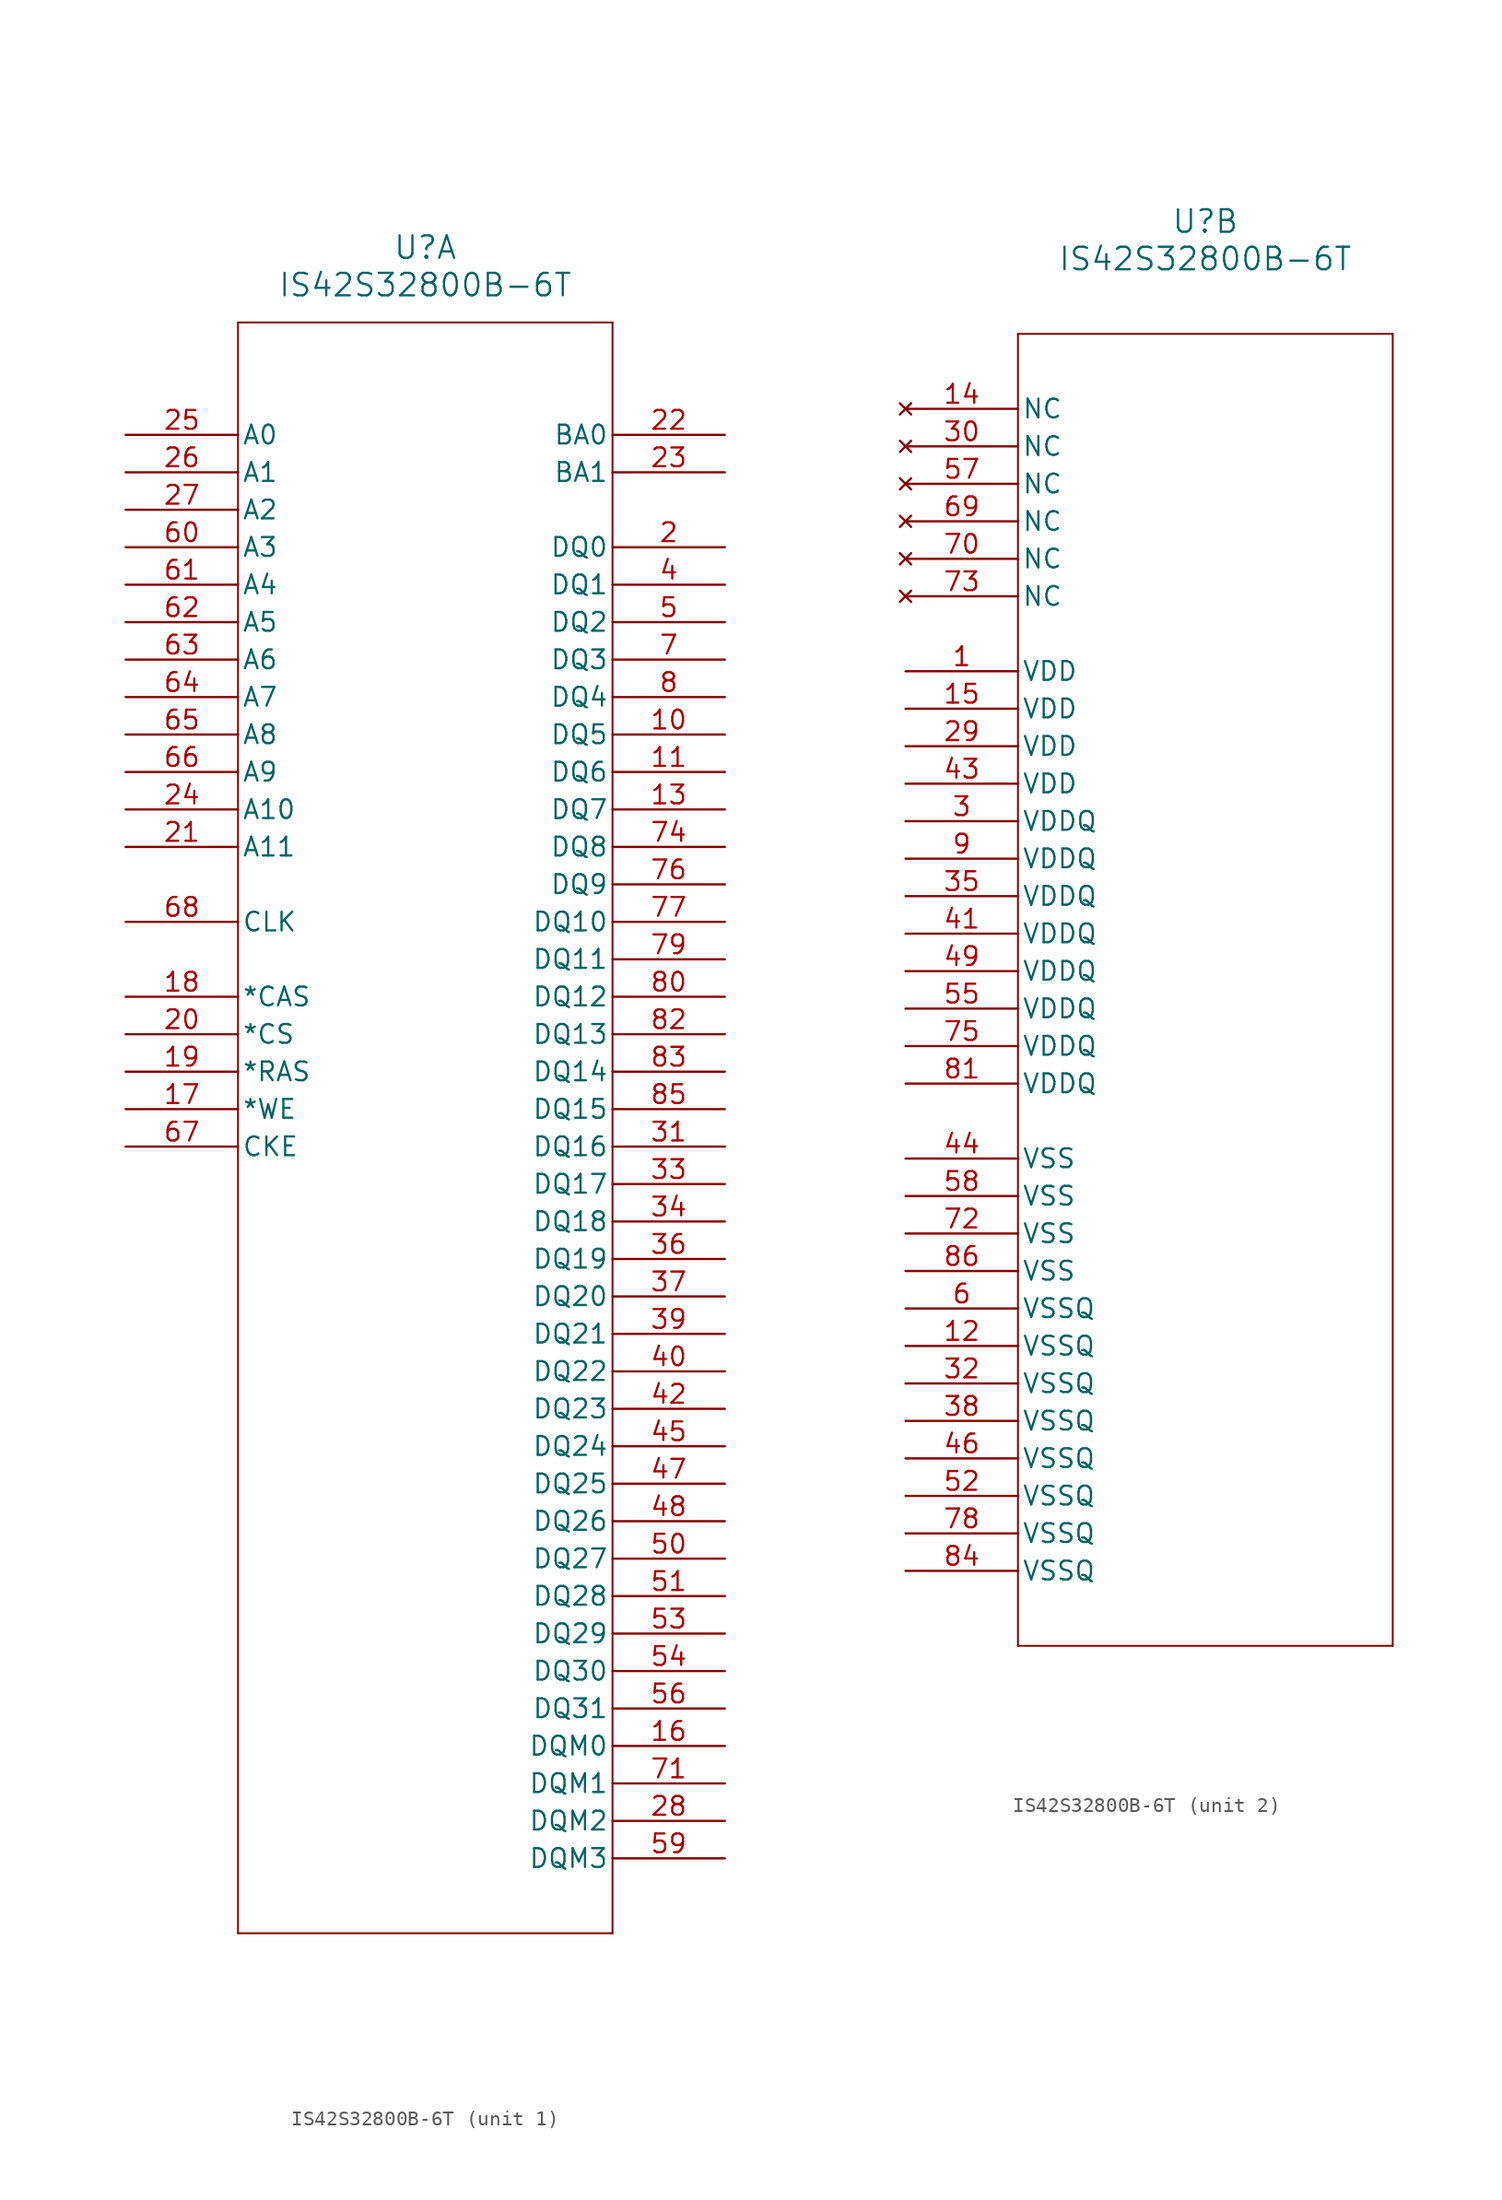
<source format=kicad_sym>
(kicad_symbol_lib
  (version 20211014)
  (generator kicad_symbol_editor)
  (symbol "IS42S32800B-6T"
    (pin_names
      (offset 0.254))
    (property "Reference" "U"
      (at 20.32 12.7 0)
      (effects (font (size 1.524 1.524))))
    (property "Value" "IS42S32800B-6T"
      (at 20.32 10.16 0)
      (effects (font (size 1.524 1.524))))
    (symbol "IS42S32800B-6T_1_1"
      (polyline (pts (xy 7.62 7.62) (xy 7.62 -101.6)) (stroke (width 0.127) (type default) (color 0 0 0 0)) (fill (type none)))
      (polyline (pts (xy 7.62 -101.6) (xy 33.02 -101.6)) (stroke (width 0.127) (type default) (color 0 0 0 0)) (fill (type none)))
      (polyline (pts (xy 33.02 -101.6) (xy 33.02 7.62)) (stroke (width 0.127) (type default) (color 0 0 0 0)) (fill (type none)))
      (polyline (pts (xy 33.02 7.62) (xy 7.62 7.62)) (stroke (width 0.127) (type default) (color 0 0 0 0)) (fill (type none)))
      (pin bidirectional line (at 40.64 -7.62 180) (length 7.62) (name "DQ0" (effects (font (size 1.27 1.27)))) (number "2" (effects (font (size 1.27 1.27)))))
      (pin bidirectional line (at 40.64 -10.16 180) (length 7.62) (name "DQ1" (effects (font (size 1.27 1.27)))) (number "4" (effects (font (size 1.27 1.27)))))
      (pin bidirectional line (at 40.64 -12.7 180) (length 7.62) (name "DQ2" (effects (font (size 1.27 1.27)))) (number "5" (effects (font (size 1.27 1.27)))))
      (pin bidirectional line (at 40.64 -15.24 180) (length 7.62) (name "DQ3" (effects (font (size 1.27 1.27)))) (number "7" (effects (font (size 1.27 1.27)))))
      (pin bidirectional line (at 40.64 -17.78 180) (length 7.62) (name "DQ4" (effects (font (size 1.27 1.27)))) (number "8" (effects (font (size 1.27 1.27)))))
      (pin bidirectional line (at 40.64 -20.32 180) (length 7.62) (name "DQ5" (effects (font (size 1.27 1.27)))) (number "10" (effects (font (size 1.27 1.27)))))
      (pin bidirectional line (at 40.64 -22.86 180) (length 7.62) (name "DQ6" (effects (font (size 1.27 1.27)))) (number "11" (effects (font (size 1.27 1.27)))))
      (pin bidirectional line (at 40.64 -25.4 180) (length 7.62) (name "DQ7" (effects (font (size 1.27 1.27)))) (number "13" (effects (font (size 1.27 1.27)))))
      (pin bidirectional line (at 40.64 -88.9 180) (length 7.62) (name "DQM0" (effects (font (size 1.27 1.27)))) (number "16" (effects (font (size 1.27 1.27)))))
      (pin unspecified line (at 0 -45.72 0) (length 7.62) (name "*WE" (effects (font (size 1.27 1.27)))) (number "17" (effects (font (size 1.27 1.27)))))
      (pin unspecified line (at 0 -38.1 0) (length 7.62) (name "*CAS" (effects (font (size 1.27 1.27)))) (number "18" (effects (font (size 1.27 1.27)))))
      (pin unspecified line (at 0 -43.18 0) (length 7.62) (name "*RAS" (effects (font (size 1.27 1.27)))) (number "19" (effects (font (size 1.27 1.27)))))
      (pin unspecified line (at 0 -40.64 0) (length 7.62) (name "*CS" (effects (font (size 1.27 1.27)))) (number "20" (effects (font (size 1.27 1.27)))))
      (pin input line (at 0 -27.94 0) (length 7.62) (name "A11" (effects (font (size 1.27 1.27)))) (number "21" (effects (font (size 1.27 1.27)))))
      (pin unspecified line (at 40.64 0 180) (length 7.62) (name "BA0" (effects (font (size 1.27 1.27)))) (number "22" (effects (font (size 1.27 1.27)))))
      (pin unspecified line (at 40.64 -2.54 180) (length 7.62) (name "BA1" (effects (font (size 1.27 1.27)))) (number "23" (effects (font (size 1.27 1.27)))))
      (pin input line (at 0 -25.4 0) (length 7.62) (name "A10" (effects (font (size 1.27 1.27)))) (number "24" (effects (font (size 1.27 1.27)))))
      (pin input line (at 0 0 0) (length 7.62) (name "A0" (effects (font (size 1.27 1.27)))) (number "25" (effects (font (size 1.27 1.27)))))
      (pin input line (at 0 -2.54 0) (length 7.62) (name "A1" (effects (font (size 1.27 1.27)))) (number "26" (effects (font (size 1.27 1.27)))))
      (pin input line (at 0 -5.08 0) (length 7.62) (name "A2" (effects (font (size 1.27 1.27)))) (number "27" (effects (font (size 1.27 1.27)))))
      (pin bidirectional line (at 40.64 -93.98 180) (length 7.62) (name "DQM2" (effects (font (size 1.27 1.27)))) (number "28" (effects (font (size 1.27 1.27)))))
      (pin bidirectional line (at 40.64 -48.26 180) (length 7.62) (name "DQ16" (effects (font (size 1.27 1.27)))) (number "31" (effects (font (size 1.27 1.27)))))
      (pin bidirectional line (at 40.64 -50.8 180) (length 7.62) (name "DQ17" (effects (font (size 1.27 1.27)))) (number "33" (effects (font (size 1.27 1.27)))))
      (pin bidirectional line (at 40.64 -53.34 180) (length 7.62) (name "DQ18" (effects (font (size 1.27 1.27)))) (number "34" (effects (font (size 1.27 1.27)))))
      (pin bidirectional line (at 40.64 -55.88 180) (length 7.62) (name "DQ19" (effects (font (size 1.27 1.27)))) (number "36" (effects (font (size 1.27 1.27)))))
      (pin bidirectional line (at 40.64 -58.42 180) (length 7.62) (name "DQ20" (effects (font (size 1.27 1.27)))) (number "37" (effects (font (size 1.27 1.27)))))
      (pin bidirectional line (at 40.64 -60.96 180) (length 7.62) (name "DQ21" (effects (font (size 1.27 1.27)))) (number "39" (effects (font (size 1.27 1.27)))))
      (pin bidirectional line (at 40.64 -63.5 180) (length 7.62) (name "DQ22" (effects (font (size 1.27 1.27)))) (number "40" (effects (font (size 1.27 1.27)))))
      (pin bidirectional line (at 40.64 -66.04 180) (length 7.62) (name "DQ23" (effects (font (size 1.27 1.27)))) (number "42" (effects (font (size 1.27 1.27)))))
      (pin bidirectional line (at 40.64 -68.58 180) (length 7.62) (name "DQ24" (effects (font (size 1.27 1.27)))) (number "45" (effects (font (size 1.27 1.27)))))
      (pin bidirectional line (at 40.64 -71.12 180) (length 7.62) (name "DQ25" (effects (font (size 1.27 1.27)))) (number "47" (effects (font (size 1.27 1.27)))))
      (pin bidirectional line (at 40.64 -73.66 180) (length 7.62) (name "DQ26" (effects (font (size 1.27 1.27)))) (number "48" (effects (font (size 1.27 1.27)))))
      (pin bidirectional line (at 40.64 -76.2 180) (length 7.62) (name "DQ27" (effects (font (size 1.27 1.27)))) (number "50" (effects (font (size 1.27 1.27)))))
      (pin bidirectional line (at 40.64 -78.74 180) (length 7.62) (name "DQ28" (effects (font (size 1.27 1.27)))) (number "51" (effects (font (size 1.27 1.27)))))
      (pin bidirectional line (at 40.64 -81.28 180) (length 7.62) (name "DQ29" (effects (font (size 1.27 1.27)))) (number "53" (effects (font (size 1.27 1.27)))))
      (pin bidirectional line (at 40.64 -83.82 180) (length 7.62) (name "DQ30" (effects (font (size 1.27 1.27)))) (number "54" (effects (font (size 1.27 1.27)))))
      (pin bidirectional line (at 40.64 -86.36 180) (length 7.62) (name "DQ31" (effects (font (size 1.27 1.27)))) (number "56" (effects (font (size 1.27 1.27)))))
      (pin bidirectional line (at 40.64 -96.52 180) (length 7.62) (name "DQM3" (effects (font (size 1.27 1.27)))) (number "59" (effects (font (size 1.27 1.27)))))
      (pin input line (at 0 -7.62 0) (length 7.62) (name "A3" (effects (font (size 1.27 1.27)))) (number "60" (effects (font (size 1.27 1.27)))))
      (pin input line (at 0 -10.16 0) (length 7.62) (name "A4" (effects (font (size 1.27 1.27)))) (number "61" (effects (font (size 1.27 1.27)))))
      (pin input line (at 0 -12.7 0) (length 7.62) (name "A5" (effects (font (size 1.27 1.27)))) (number "62" (effects (font (size 1.27 1.27)))))
      (pin input line (at 0 -15.24 0) (length 7.62) (name "A6" (effects (font (size 1.27 1.27)))) (number "63" (effects (font (size 1.27 1.27)))))
      (pin input line (at 0 -17.78 0) (length 7.62) (name "A7" (effects (font (size 1.27 1.27)))) (number "64" (effects (font (size 1.27 1.27)))))
      (pin input line (at 0 -20.32 0) (length 7.62) (name "A8" (effects (font (size 1.27 1.27)))) (number "65" (effects (font (size 1.27 1.27)))))
      (pin input line (at 0 -22.86 0) (length 7.62) (name "A9" (effects (font (size 1.27 1.27)))) (number "66" (effects (font (size 1.27 1.27)))))
      (pin unspecified line (at 0 -48.26 0) (length 7.62) (name "CKE" (effects (font (size 1.27 1.27)))) (number "67" (effects (font (size 1.27 1.27)))))
      (pin input line (at 0 -33.02 0) (length 7.62) (name "CLK" (effects (font (size 1.27 1.27)))) (number "68" (effects (font (size 1.27 1.27)))))
      (pin bidirectional line (at 40.64 -91.44 180) (length 7.62) (name "DQM1" (effects (font (size 1.27 1.27)))) (number "71" (effects (font (size 1.27 1.27)))))
      (pin bidirectional line (at 40.64 -27.94 180) (length 7.62) (name "DQ8" (effects (font (size 1.27 1.27)))) (number "74" (effects (font (size 1.27 1.27)))))
      (pin bidirectional line (at 40.64 -30.48 180) (length 7.62) (name "DQ9" (effects (font (size 1.27 1.27)))) (number "76" (effects (font (size 1.27 1.27)))))
      (pin bidirectional line (at 40.64 -33.02 180) (length 7.62) (name "DQ10" (effects (font (size 1.27 1.27)))) (number "77" (effects (font (size 1.27 1.27)))))
      (pin bidirectional line (at 40.64 -35.56 180) (length 7.62) (name "DQ11" (effects (font (size 1.27 1.27)))) (number "79" (effects (font (size 1.27 1.27)))))
      (pin bidirectional line (at 40.64 -38.1 180) (length 7.62) (name "DQ12" (effects (font (size 1.27 1.27)))) (number "80" (effects (font (size 1.27 1.27)))))
      (pin bidirectional line (at 40.64 -40.64 180) (length 7.62) (name "DQ13" (effects (font (size 1.27 1.27)))) (number "82" (effects (font (size 1.27 1.27)))))
      (pin bidirectional line (at 40.64 -43.18 180) (length 7.62) (name "DQ14" (effects (font (size 1.27 1.27)))) (number "83" (effects (font (size 1.27 1.27)))))
      (pin bidirectional line (at 40.64 -45.72 180) (length 7.62) (name "DQ15" (effects (font (size 1.27 1.27)))) (number "85" (effects (font (size 1.27 1.27))))))
    (symbol "IS42S32800B-6T_2_1"
      (polyline (pts (xy 7.62 5.08) (xy 7.62 -83.82)) (stroke (width 0.127) (type default) (color 0 0 0 0)) (fill (type none)))
      (polyline (pts (xy 7.62 -83.82) (xy 33.02 -83.82)) (stroke (width 0.127) (type default) (color 0 0 0 0)) (fill (type none)))
      (polyline (pts (xy 33.02 -83.82) (xy 33.02 5.08)) (stroke (width 0.127) (type default) (color 0 0 0 0)) (fill (type none)))
      (polyline (pts (xy 33.02 5.08) (xy 7.62 5.08)) (stroke (width 0.127) (type default) (color 0 0 0 0)) (fill (type none)))
      (pin power_in line (at 0 -17.78 0) (length 7.62) (name "VDD" (effects (font (size 1.27 1.27)))) (number "1" (effects (font (size 1.27 1.27)))))
      (pin power_in line (at 0 -27.94 0) (length 7.62) (name "VDDQ" (effects (font (size 1.27 1.27)))) (number "3" (effects (font (size 1.27 1.27)))))
      (pin power_in line (at 0 -60.96 0) (length 7.62) (name "VSSQ" (effects (font (size 1.27 1.27)))) (number "6" (effects (font (size 1.27 1.27)))))
      (pin power_in line (at 0 -30.48 0) (length 7.62) (name "VDDQ" (effects (font (size 1.27 1.27)))) (number "9" (effects (font (size 1.27 1.27)))))
      (pin power_in line (at 0 -63.5 0) (length 7.62) (name "VSSQ" (effects (font (size 1.27 1.27)))) (number "12" (effects (font (size 1.27 1.27)))))
      (pin no_connect line (at 0 0 0) (length 7.62) (name "NC" (effects (font (size 1.27 1.27)))) (number "14" (effects (font (size 1.27 1.27)))))
      (pin power_in line (at 0 -20.32 0) (length 7.62) (name "VDD" (effects (font (size 1.27 1.27)))) (number "15" (effects (font (size 1.27 1.27)))))
      (pin power_in line (at 0 -22.86 0) (length 7.62) (name "VDD" (effects (font (size 1.27 1.27)))) (number "29" (effects (font (size 1.27 1.27)))))
      (pin no_connect line (at 0 -2.54 0) (length 7.62) (name "NC" (effects (font (size 1.27 1.27)))) (number "30" (effects (font (size 1.27 1.27)))))
      (pin power_in line (at 0 -66.04 0) (length 7.62) (name "VSSQ" (effects (font (size 1.27 1.27)))) (number "32" (effects (font (size 1.27 1.27)))))
      (pin power_in line (at 0 -33.02 0) (length 7.62) (name "VDDQ" (effects (font (size 1.27 1.27)))) (number "35" (effects (font (size 1.27 1.27)))))
      (pin power_in line (at 0 -68.58 0) (length 7.62) (name "VSSQ" (effects (font (size 1.27 1.27)))) (number "38" (effects (font (size 1.27 1.27)))))
      (pin power_in line (at 0 -35.56 0) (length 7.62) (name "VDDQ" (effects (font (size 1.27 1.27)))) (number "41" (effects (font (size 1.27 1.27)))))
      (pin power_in line (at 0 -25.4 0) (length 7.62) (name "VDD" (effects (font (size 1.27 1.27)))) (number "43" (effects (font (size 1.27 1.27)))))
      (pin power_in line (at 0 -50.8 0) (length 7.62) (name "VSS" (effects (font (size 1.27 1.27)))) (number "44" (effects (font (size 1.27 1.27)))))
      (pin power_in line (at 0 -71.12 0) (length 7.62) (name "VSSQ" (effects (font (size 1.27 1.27)))) (number "46" (effects (font (size 1.27 1.27)))))
      (pin power_in line (at 0 -38.1 0) (length 7.62) (name "VDDQ" (effects (font (size 1.27 1.27)))) (number "49" (effects (font (size 1.27 1.27)))))
      (pin power_in line (at 0 -73.66 0) (length 7.62) (name "VSSQ" (effects (font (size 1.27 1.27)))) (number "52" (effects (font (size 1.27 1.27)))))
      (pin power_in line (at 0 -40.64 0) (length 7.62) (name "VDDQ" (effects (font (size 1.27 1.27)))) (number "55" (effects (font (size 1.27 1.27)))))
      (pin no_connect line (at 0 -5.08 0) (length 7.62) (name "NC" (effects (font (size 1.27 1.27)))) (number "57" (effects (font (size 1.27 1.27)))))
      (pin power_in line (at 0 -53.34 0) (length 7.62) (name "VSS" (effects (font (size 1.27 1.27)))) (number "58" (effects (font (size 1.27 1.27)))))
      (pin no_connect line (at 0 -7.62 0) (length 7.62) (name "NC" (effects (font (size 1.27 1.27)))) (number "69" (effects (font (size 1.27 1.27)))))
      (pin no_connect line (at 0 -10.16 0) (length 7.62) (name "NC" (effects (font (size 1.27 1.27)))) (number "70" (effects (font (size 1.27 1.27)))))
      (pin power_in line (at 0 -55.88 0) (length 7.62) (name "VSS" (effects (font (size 1.27 1.27)))) (number "72" (effects (font (size 1.27 1.27)))))
      (pin no_connect line (at 0 -12.7 0) (length 7.62) (name "NC" (effects (font (size 1.27 1.27)))) (number "73" (effects (font (size 1.27 1.27)))))
      (pin power_in line (at 0 -43.18 0) (length 7.62) (name "VDDQ" (effects (font (size 1.27 1.27)))) (number "75" (effects (font (size 1.27 1.27)))))
      (pin power_in line (at 0 -76.2 0) (length 7.62) (name "VSSQ" (effects (font (size 1.27 1.27)))) (number "78" (effects (font (size 1.27 1.27)))))
      (pin power_in line (at 0 -45.72 0) (length 7.62) (name "VDDQ" (effects (font (size 1.27 1.27)))) (number "81" (effects (font (size 1.27 1.27)))))
      (pin power_in line (at 0 -78.74 0) (length 7.62) (name "VSSQ" (effects (font (size 1.27 1.27)))) (number "84" (effects (font (size 1.27 1.27)))))
      (pin power_in line (at 0 -58.42 0) (length 7.62) (name "VSS" (effects (font (size 1.27 1.27)))) (number "86" (effects (font (size 1.27 1.27))))))))
</source>
